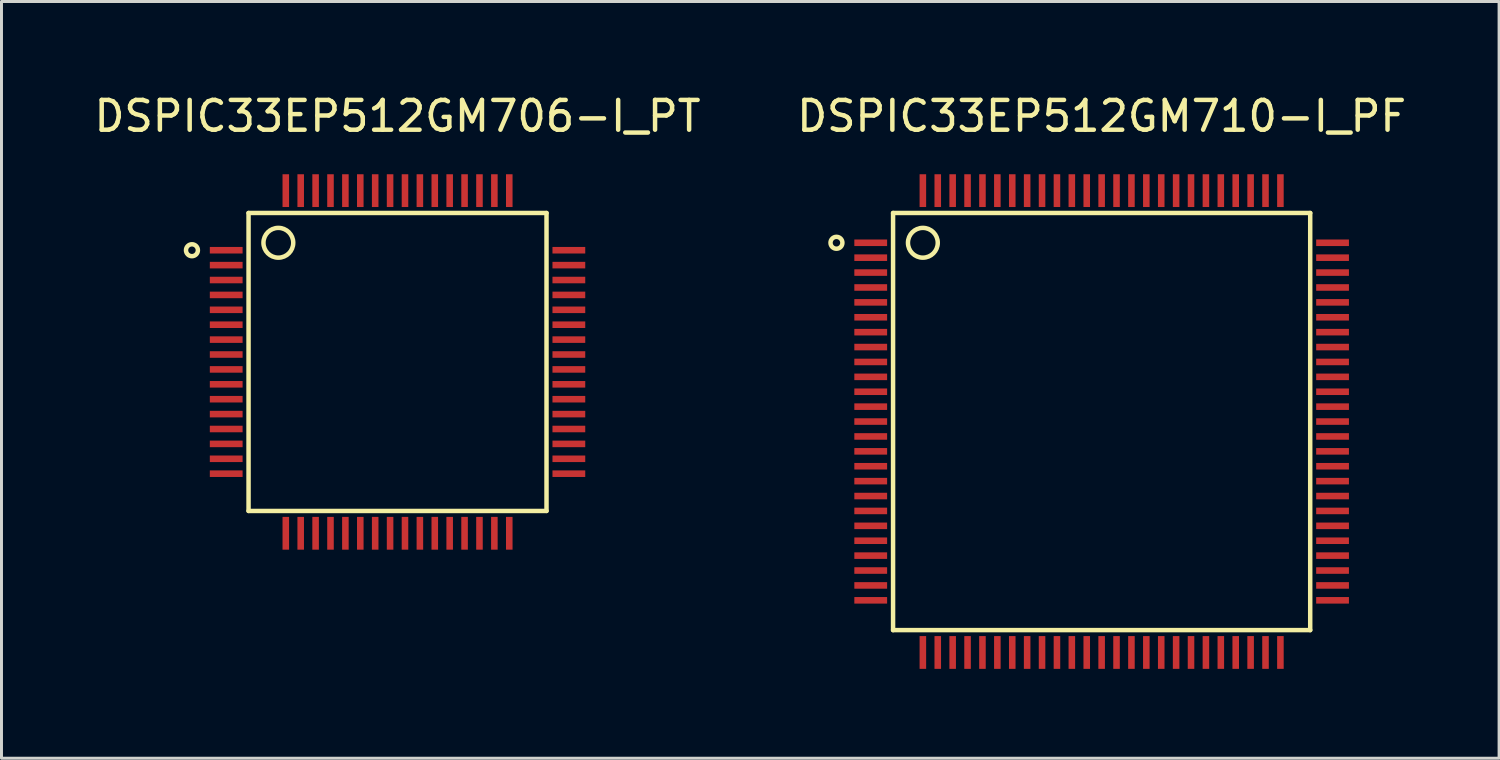
<source format=kicad_pcb>
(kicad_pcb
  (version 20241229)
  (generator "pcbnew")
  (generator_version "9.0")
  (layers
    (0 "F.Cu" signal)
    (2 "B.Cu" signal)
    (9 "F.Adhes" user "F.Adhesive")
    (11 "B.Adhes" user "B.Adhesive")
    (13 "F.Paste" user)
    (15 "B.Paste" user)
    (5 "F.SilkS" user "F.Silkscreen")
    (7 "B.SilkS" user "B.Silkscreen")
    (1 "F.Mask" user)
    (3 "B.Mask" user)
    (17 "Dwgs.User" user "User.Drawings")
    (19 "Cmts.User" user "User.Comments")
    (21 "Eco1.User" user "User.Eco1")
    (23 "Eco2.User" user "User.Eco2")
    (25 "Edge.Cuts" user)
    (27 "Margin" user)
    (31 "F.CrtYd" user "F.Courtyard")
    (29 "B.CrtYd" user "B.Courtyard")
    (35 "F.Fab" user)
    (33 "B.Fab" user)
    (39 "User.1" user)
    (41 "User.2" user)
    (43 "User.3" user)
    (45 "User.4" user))
  (footprint "DSPIC33EP512GM710-I_PF"
    (layer "F.Cu")
    (at 26.173 3.348)
    (property "Reference" "DSPIC33EP512GM710-I_PF" (at 7.75 -2.5 0) (layer "F.SilkS") (effects (font (size 1 1) (thickness 0.15))))
    (attr through_hole)
    (fp_line (start 0.75 0.75) (end 0.75 14.75) (stroke (width 0.15) (type solid)) (layer "F.SilkS"))
    (fp_line (start 0.75 0.75) (end 14.75 0.75) (stroke (width 0.15) (type solid)) (layer "F.SilkS"))
    (fp_line (start 0.75 14.75) (end 14.75 14.75) (stroke (width 0.15) (type solid)) (layer "F.SilkS"))
    (fp_line (start 14.75 14.75) (end 14.75 0.75) (stroke (width 0.15) (type solid)) (layer "F.SilkS"))
    (fp_circle (center -1.15 1.75) (end -1.15 1.55) (stroke (width 0.15) (type solid)) (fill no) (layer "F.SilkS"))
    (fp_circle (center 1.75 1.75) (end 1.75 1.25) (stroke (width 0.15) (type solid)) (fill no) (layer "F.SilkS"))
    (pad "1" smd rect (at 0 1.75) (size 1.1 0.22) (layers "F.Cu" "F.Mask" "F.Paste"))
    (pad "2" smd rect (at 0 2.25) (size 1.1 0.22) (layers "F.Cu" "F.Mask" "F.Paste"))
    (pad "3" smd rect (at 0 2.75) (size 1.1 0.22) (layers "F.Cu" "F.Mask" "F.Paste"))
    (pad "4" smd rect (at 0 3.25) (size 1.1 0.22) (layers "F.Cu" "F.Mask" "F.Paste"))
    (pad "5" smd rect (at 0 3.75) (size 1.1 0.22) (layers "F.Cu" "F.Mask" "F.Paste"))
    (pad "6" smd rect (at 0 4.25) (size 1.1 0.22) (layers "F.Cu" "F.Mask" "F.Paste"))
    (pad "7" smd rect (at 0 4.75) (size 1.1 0.22) (layers "F.Cu" "F.Mask" "F.Paste"))
    (pad "8" smd rect (at 0 5.25) (size 1.1 0.22) (layers "F.Cu" "F.Mask" "F.Paste"))
    (pad "9" smd rect (at 0 5.75) (size 1.1 0.22) (layers "F.Cu" "F.Mask" "F.Paste"))
    (pad "10" smd rect (at 0 6.25) (size 1.1 0.22) (layers "F.Cu" "F.Mask" "F.Paste"))
    (pad "11" smd rect (at 0 6.75) (size 1.1 0.22) (layers "F.Cu" "F.Mask" "F.Paste"))
    (pad "12" smd rect (at 0 7.25) (size 1.1 0.22) (layers "F.Cu" "F.Mask" "F.Paste"))
    (pad "13" smd rect (at 0 7.75) (size 1.1 0.22) (layers "F.Cu" "F.Mask" "F.Paste"))
    (pad "14" smd rect (at 0 8.25) (size 1.1 0.22) (layers "F.Cu" "F.Mask" "F.Paste"))
    (pad "15" smd rect (at 0 8.75) (size 1.1 0.22) (layers "F.Cu" "F.Mask" "F.Paste"))
    (pad "16" smd rect (at 0 9.25) (size 1.1 0.22) (layers "F.Cu" "F.Mask" "F.Paste"))
    (pad "17" smd rect (at 0 9.75) (size 1.1 0.22) (layers "F.Cu" "F.Mask" "F.Paste"))
    (pad "18" smd rect (at 0 10.25) (size 1.1 0.22) (layers "F.Cu" "F.Mask" "F.Paste"))
    (pad "19" smd rect (at 0 10.75) (size 1.1 0.22) (layers "F.Cu" "F.Mask" "F.Paste"))
    (pad "20" smd rect (at 0 11.25) (size 1.1 0.22) (layers "F.Cu" "F.Mask" "F.Paste"))
    (pad "21" smd rect (at 0 11.75) (size 1.1 0.22) (layers "F.Cu" "F.Mask" "F.Paste"))
    (pad "22" smd rect (at 0 12.25) (size 1.1 0.22) (layers "F.Cu" "F.Mask" "F.Paste"))
    (pad "23" smd rect (at 0 12.75) (size 1.1 0.22) (layers "F.Cu" "F.Mask" "F.Paste"))
    (pad "24" smd rect (at 0 13.25) (size 1.1 0.22) (layers "F.Cu" "F.Mask" "F.Paste"))
    (pad "25" smd rect (at 0 13.75) (size 1.1 0.22) (layers "F.Cu" "F.Mask" "F.Paste"))
    (pad "26" smd rect (at 1.75 15.5) (size 0.22 1.1) (layers "F.Cu" "F.Mask" "F.Paste"))
    (pad "27" smd rect (at 2.25 15.5) (size 0.22 1.1) (layers "F.Cu" "F.Mask" "F.Paste"))
    (pad "28" smd rect (at 2.75 15.5) (size 0.22 1.1) (layers "F.Cu" "F.Mask" "F.Paste"))
    (pad "29" smd rect (at 3.25 15.5) (size 0.22 1.1) (layers "F.Cu" "F.Mask" "F.Paste"))
    (pad "30" smd rect (at 3.75 15.5) (size 0.22 1.1) (layers "F.Cu" "F.Mask" "F.Paste"))
    (pad "31" smd rect (at 4.25 15.5) (size 0.22 1.1) (layers "F.Cu" "F.Mask" "F.Paste"))
    (pad "32" smd rect (at 4.75 15.5) (size 0.22 1.1) (layers "F.Cu" "F.Mask" "F.Paste"))
    (pad "33" smd rect (at 5.25 15.5) (size 0.22 1.1) (layers "F.Cu" "F.Mask" "F.Paste"))
    (pad "34" smd rect (at 5.75 15.5) (size 0.22 1.1) (layers "F.Cu" "F.Mask" "F.Paste"))
    (pad "35" smd rect (at 6.25 15.5) (size 0.22 1.1) (layers "F.Cu" "F.Mask" "F.Paste"))
    (pad "36" smd rect (at 6.75 15.5) (size 0.22 1.1) (layers "F.Cu" "F.Mask" "F.Paste"))
    (pad "37" smd rect (at 7.25 15.5) (size 0.22 1.1) (layers "F.Cu" "F.Mask" "F.Paste"))
    (pad "38" smd rect (at 7.75 15.5) (size 0.22 1.1) (layers "F.Cu" "F.Mask" "F.Paste"))
    (pad "39" smd rect (at 8.25 15.5) (size 0.22 1.1) (layers "F.Cu" "F.Mask" "F.Paste"))
    (pad "40" smd rect (at 8.75 15.5) (size 0.22 1.1) (layers "F.Cu" "F.Mask" "F.Paste"))
    (pad "41" smd rect (at 9.25 15.5) (size 0.22 1.1) (layers "F.Cu" "F.Mask" "F.Paste"))
    (pad "42" smd rect (at 9.75 15.5) (size 0.22 1.1) (layers "F.Cu" "F.Mask" "F.Paste"))
    (pad "43" smd rect (at 10.25 15.5) (size 0.22 1.1) (layers "F.Cu" "F.Mask" "F.Paste"))
    (pad "44" smd rect (at 10.75 15.5) (size 0.22 1.1) (layers "F.Cu" "F.Mask" "F.Paste"))
    (pad "45" smd rect (at 11.25 15.5) (size 0.22 1.1) (layers "F.Cu" "F.Mask" "F.Paste"))
    (pad "46" smd rect (at 11.75 15.5) (size 0.22 1.1) (layers "F.Cu" "F.Mask" "F.Paste"))
    (pad "47" smd rect (at 12.25 15.5) (size 0.22 1.1) (layers "F.Cu" "F.Mask" "F.Paste"))
    (pad "48" smd rect (at 12.75 15.5) (size 0.22 1.1) (layers "F.Cu" "F.Mask" "F.Paste"))
    (pad "49" smd rect (at 13.25 15.5) (size 0.22 1.1) (layers "F.Cu" "F.Mask" "F.Paste"))
    (pad "50" smd rect (at 13.75 15.5) (size 0.22 1.1) (layers "F.Cu" "F.Mask" "F.Paste"))
    (pad "51" smd rect (at 15.5 13.75) (size 1.1 0.22) (layers "F.Cu" "F.Mask" "F.Paste"))
    (pad "52" smd rect (at 15.5 13.25) (size 1.1 0.22) (layers "F.Cu" "F.Mask" "F.Paste"))
    (pad "53" smd rect (at 15.5 12.75) (size 1.1 0.22) (layers "F.Cu" "F.Mask" "F.Paste"))
    (pad "54" smd rect (at 15.5 12.25) (size 1.1 0.22) (layers "F.Cu" "F.Mask" "F.Paste"))
    (pad "55" smd rect (at 15.5 11.75) (size 1.1 0.22) (layers "F.Cu" "F.Mask" "F.Paste"))
    (pad "56" smd rect (at 15.5 11.25) (size 1.1 0.22) (layers "F.Cu" "F.Mask" "F.Paste"))
    (pad "57" smd rect (at 15.5 10.75) (size 1.1 0.22) (layers "F.Cu" "F.Mask" "F.Paste"))
    (pad "58" smd rect (at 15.5 10.25) (size 1.1 0.22) (layers "F.Cu" "F.Mask" "F.Paste"))
    (pad "59" smd rect (at 15.5 9.75) (size 1.1 0.22) (layers "F.Cu" "F.Mask" "F.Paste"))
    (pad "60" smd rect (at 15.5 9.25) (size 1.1 0.22) (layers "F.Cu" "F.Mask" "F.Paste"))
    (pad "61" smd rect (at 15.5 8.75) (size 1.1 0.22) (layers "F.Cu" "F.Mask" "F.Paste"))
    (pad "62" smd rect (at 15.5 8.25) (size 1.1 0.22) (layers "F.Cu" "F.Mask" "F.Paste"))
    (pad "63" smd rect (at 15.5 7.75) (size 1.1 0.22) (layers "F.Cu" "F.Mask" "F.Paste"))
    (pad "64" smd rect (at 15.5 7.25) (size 1.1 0.22) (layers "F.Cu" "F.Mask" "F.Paste"))
    (pad "65" smd rect (at 15.5 6.75) (size 1.1 0.22) (layers "F.Cu" "F.Mask" "F.Paste"))
    (pad "66" smd rect (at 15.5 6.25) (size 1.1 0.22) (layers "F.Cu" "F.Mask" "F.Paste"))
    (pad "67" smd rect (at 15.5 5.75) (size 1.1 0.22) (layers "F.Cu" "F.Mask" "F.Paste"))
    (pad "68" smd rect (at 15.5 5.25) (size 1.1 0.22) (layers "F.Cu" "F.Mask" "F.Paste"))
    (pad "69" smd rect (at 15.5 4.75) (size 1.1 0.22) (layers "F.Cu" "F.Mask" "F.Paste"))
    (pad "70" smd rect (at 15.5 4.25) (size 1.1 0.22) (layers "F.Cu" "F.Mask" "F.Paste"))
    (pad "71" smd rect (at 15.5 3.75) (size 1.1 0.22) (layers "F.Cu" "F.Mask" "F.Paste"))
    (pad "72" smd rect (at 15.5 3.25) (size 1.1 0.22) (layers "F.Cu" "F.Mask" "F.Paste"))
    (pad "73" smd rect (at 15.5 2.75) (size 1.1 0.22) (layers "F.Cu" "F.Mask" "F.Paste"))
    (pad "74" smd rect (at 15.5 2.25) (size 1.1 0.22) (layers "F.Cu" "F.Mask" "F.Paste"))
    (pad "75" smd rect (at 15.5 1.75) (size 1.1 0.22) (layers "F.Cu" "F.Mask" "F.Paste"))
    (pad "76" smd rect (at 13.75 0) (size 0.22 1.1) (layers "F.Cu" "F.Mask" "F.Paste"))
    (pad "77" smd rect (at 13.25 0) (size 0.22 1.1) (layers "F.Cu" "F.Mask" "F.Paste"))
    (pad "78" smd rect (at 12.75 0) (size 0.22 1.1) (layers "F.Cu" "F.Mask" "F.Paste"))
    (pad "79" smd rect (at 12.25 0) (size 0.22 1.1) (layers "F.Cu" "F.Mask" "F.Paste"))
    (pad "80" smd rect (at 11.75 0) (size 0.22 1.1) (layers "F.Cu" "F.Mask" "F.Paste"))
    (pad "81" smd rect (at 11.25 0) (size 0.22 1.1) (layers "F.Cu" "F.Mask" "F.Paste"))
    (pad "82" smd rect (at 10.75 0) (size 0.22 1.1) (layers "F.Cu" "F.Mask" "F.Paste"))
    (pad "83" smd rect (at 10.25 0) (size 0.22 1.1) (layers "F.Cu" "F.Mask" "F.Paste"))
    (pad "84" smd rect (at 9.75 0) (size 0.22 1.1) (layers "F.Cu" "F.Mask" "F.Paste"))
    (pad "85" smd rect (at 9.25 0) (size 0.22 1.1) (layers "F.Cu" "F.Mask" "F.Paste"))
    (pad "86" smd rect (at 8.75 0) (size 0.22 1.1) (layers "F.Cu" "F.Mask" "F.Paste"))
    (pad "87" smd rect (at 8.25 0) (size 0.22 1.1) (layers "F.Cu" "F.Mask" "F.Paste"))
    (pad "88" smd rect (at 7.75 0) (size 0.22 1.1) (layers "F.Cu" "F.Mask" "F.Paste"))
    (pad "89" smd rect (at 7.25 0) (size 0.22 1.1) (layers "F.Cu" "F.Mask" "F.Paste"))
    (pad "90" smd rect (at 6.75 0) (size 0.22 1.1) (layers "F.Cu" "F.Mask" "F.Paste"))
    (pad "91" smd rect (at 6.25 0) (size 0.22 1.1) (layers "F.Cu" "F.Mask" "F.Paste"))
    (pad "92" smd rect (at 5.75 0) (size 0.22 1.1) (layers "F.Cu" "F.Mask" "F.Paste"))
    (pad "93" smd rect (at 5.25 0) (size 0.22 1.1) (layers "F.Cu" "F.Mask" "F.Paste"))
    (pad "94" smd rect (at 4.75 0) (size 0.22 1.1) (layers "F.Cu" "F.Mask" "F.Paste"))
    (pad "95" smd rect (at 4.25 0) (size 0.22 1.1) (layers "F.Cu" "F.Mask" "F.Paste"))
    (pad "96" smd rect (at 3.75 0) (size 0.22 1.1) (layers "F.Cu" "F.Mask" "F.Paste"))
    (pad "97" smd rect (at 3.25 0) (size 0.22 1.1) (layers "F.Cu" "F.Mask" "F.Paste"))
    (pad "98" smd rect (at 2.75 0) (size 0.22 1.1) (layers "F.Cu" "F.Mask" "F.Paste"))
    (pad "99" smd rect (at 2.25 0) (size 0.22 1.1) (layers "F.Cu" "F.Mask" "F.Paste"))
    (pad "100" smd rect (at 1.75 0) (size 0.22 1.1) (layers "F.Cu" "F.Mask" "F.Paste")))
  (footprint "DSPIC33EP512GM706-I_PT"
    (layer "F.Cu")
    (at 4.542 3.348)
    (property "Reference" "DSPIC33EP512GM706-I_PT" (at 5.75 -2.5 0) (layer "F.SilkS") (effects (font (size 1 1) (thickness 0.15))))
    (attr through_hole)
    (fp_line (start 0.75 0.75) (end 0.75 10.75) (stroke (width 0.15) (type solid)) (layer "F.SilkS"))
    (fp_line (start 0.75 0.75) (end 10.75 0.75) (stroke (width 0.15) (type solid)) (layer "F.SilkS"))
    (fp_line (start 0.75 10.75) (end 10.75 10.75) (stroke (width 0.15) (type solid)) (layer "F.SilkS"))
    (fp_line (start 10.75 10.75) (end 10.75 0.75) (stroke (width 0.15) (type solid)) (layer "F.SilkS"))
    (fp_circle (center -1.15 2) (end -1.15 1.8) (stroke (width 0.15) (type solid)) (fill no) (layer "F.SilkS"))
    (fp_circle (center 1.75 1.75) (end 1.75 1.25) (stroke (width 0.15) (type solid)) (fill no) (layer "F.SilkS"))
    (pad "1" smd rect (at 0 2) (size 1.1 0.22) (layers "F.Cu" "F.Mask" "F.Paste"))
    (pad "2" smd rect (at 0 2.5) (size 1.1 0.22) (layers "F.Cu" "F.Mask" "F.Paste"))
    (pad "3" smd rect (at 0 3) (size 1.1 0.22) (layers "F.Cu" "F.Mask" "F.Paste"))
    (pad "4" smd rect (at 0 3.5) (size 1.1 0.22) (layers "F.Cu" "F.Mask" "F.Paste"))
    (pad "5" smd rect (at 0 4) (size 1.1 0.22) (layers "F.Cu" "F.Mask" "F.Paste"))
    (pad "6" smd rect (at 0 4.5) (size 1.1 0.22) (layers "F.Cu" "F.Mask" "F.Paste"))
    (pad "7" smd rect (at 0 5) (size 1.1 0.22) (layers "F.Cu" "F.Mask" "F.Paste"))
    (pad "8" smd rect (at 0 5.5) (size 1.1 0.22) (layers "F.Cu" "F.Mask" "F.Paste"))
    (pad "9" smd rect (at 0 6) (size 1.1 0.22) (layers "F.Cu" "F.Mask" "F.Paste"))
    (pad "10" smd rect (at 0 6.5) (size 1.1 0.22) (layers "F.Cu" "F.Mask" "F.Paste"))
    (pad "11" smd rect (at 0 7) (size 1.1 0.22) (layers "F.Cu" "F.Mask" "F.Paste"))
    (pad "12" smd rect (at 0 7.5) (size 1.1 0.22) (layers "F.Cu" "F.Mask" "F.Paste"))
    (pad "13" smd rect (at 0 8) (size 1.1 0.22) (layers "F.Cu" "F.Mask" "F.Paste"))
    (pad "14" smd rect (at 0 8.5) (size 1.1 0.22) (layers "F.Cu" "F.Mask" "F.Paste"))
    (pad "15" smd rect (at 0 9) (size 1.1 0.22) (layers "F.Cu" "F.Mask" "F.Paste"))
    (pad "16" smd rect (at 0 9.5) (size 1.1 0.22) (layers "F.Cu" "F.Mask" "F.Paste"))
    (pad "17" smd rect (at 2 11.5) (size 0.22 1.1) (layers "F.Cu" "F.Mask" "F.Paste"))
    (pad "18" smd rect (at 2.5 11.5) (size 0.22 1.1) (layers "F.Cu" "F.Mask" "F.Paste"))
    (pad "19" smd rect (at 3 11.5) (size 0.22 1.1) (layers "F.Cu" "F.Mask" "F.Paste"))
    (pad "20" smd rect (at 3.5 11.5) (size 0.22 1.1) (layers "F.Cu" "F.Mask" "F.Paste"))
    (pad "21" smd rect (at 4 11.5) (size 0.22 1.1) (layers "F.Cu" "F.Mask" "F.Paste"))
    (pad "22" smd rect (at 4.5 11.5) (size 0.22 1.1) (layers "F.Cu" "F.Mask" "F.Paste"))
    (pad "23" smd rect (at 5 11.5) (size 0.22 1.1) (layers "F.Cu" "F.Mask" "F.Paste"))
    (pad "24" smd rect (at 5.5 11.5) (size 0.22 1.1) (layers "F.Cu" "F.Mask" "F.Paste"))
    (pad "25" smd rect (at 6 11.5) (size 0.22 1.1) (layers "F.Cu" "F.Mask" "F.Paste"))
    (pad "26" smd rect (at 6.5 11.5) (size 0.22 1.1) (layers "F.Cu" "F.Mask" "F.Paste"))
    (pad "27" smd rect (at 7 11.5) (size 0.22 1.1) (layers "F.Cu" "F.Mask" "F.Paste"))
    (pad "28" smd rect (at 7.5 11.5) (size 0.22 1.1) (layers "F.Cu" "F.Mask" "F.Paste"))
    (pad "29" smd rect (at 8 11.5) (size 0.22 1.1) (layers "F.Cu" "F.Mask" "F.Paste"))
    (pad "30" smd rect (at 8.5 11.5) (size 0.22 1.1) (layers "F.Cu" "F.Mask" "F.Paste"))
    (pad "31" smd rect (at 9 11.5) (size 0.22 1.1) (layers "F.Cu" "F.Mask" "F.Paste"))
    (pad "32" smd rect (at 9.5 11.5) (size 0.22 1.1) (layers "F.Cu" "F.Mask" "F.Paste"))
    (pad "33" smd rect (at 11.5 9.5) (size 1.1 0.22) (layers "F.Cu" "F.Mask" "F.Paste"))
    (pad "34" smd rect (at 11.5 9) (size 1.1 0.22) (layers "F.Cu" "F.Mask" "F.Paste"))
    (pad "35" smd rect (at 11.5 8.5) (size 1.1 0.22) (layers "F.Cu" "F.Mask" "F.Paste"))
    (pad "36" smd rect (at 11.5 8) (size 1.1 0.22) (layers "F.Cu" "F.Mask" "F.Paste"))
    (pad "37" smd rect (at 11.5 7.5) (size 1.1 0.22) (layers "F.Cu" "F.Mask" "F.Paste"))
    (pad "38" smd rect (at 11.5 7) (size 1.1 0.22) (layers "F.Cu" "F.Mask" "F.Paste"))
    (pad "39" smd rect (at 11.5 6.5) (size 1.1 0.22) (layers "F.Cu" "F.Mask" "F.Paste"))
    (pad "40" smd rect (at 11.5 6) (size 1.1 0.22) (layers "F.Cu" "F.Mask" "F.Paste"))
    (pad "41" smd rect (at 11.5 5.5) (size 1.1 0.22) (layers "F.Cu" "F.Mask" "F.Paste"))
    (pad "42" smd rect (at 11.5 5) (size 1.1 0.22) (layers "F.Cu" "F.Mask" "F.Paste"))
    (pad "43" smd rect (at 11.5 4.5) (size 1.1 0.22) (layers "F.Cu" "F.Mask" "F.Paste"))
    (pad "44" smd rect (at 11.5 4) (size 1.1 0.22) (layers "F.Cu" "F.Mask" "F.Paste"))
    (pad "45" smd rect (at 11.5 3.5) (size 1.1 0.22) (layers "F.Cu" "F.Mask" "F.Paste"))
    (pad "46" smd rect (at 11.5 3) (size 1.1 0.22) (layers "F.Cu" "F.Mask" "F.Paste"))
    (pad "47" smd rect (at 11.5 2.5) (size 1.1 0.22) (layers "F.Cu" "F.Mask" "F.Paste"))
    (pad "48" smd rect (at 11.5 2) (size 1.1 0.22) (layers "F.Cu" "F.Mask" "F.Paste"))
    (pad "49" smd rect (at 9.5 0) (size 0.22 1.1) (layers "F.Cu" "F.Mask" "F.Paste"))
    (pad "50" smd rect (at 9 0) (size 0.22 1.1) (layers "F.Cu" "F.Mask" "F.Paste"))
    (pad "51" smd rect (at 8.5 0) (size 0.22 1.1) (layers "F.Cu" "F.Mask" "F.Paste"))
    (pad "52" smd rect (at 8 0) (size 0.22 1.1) (layers "F.Cu" "F.Mask" "F.Paste"))
    (pad "53" smd rect (at 7.5 0) (size 0.22 1.1) (layers "F.Cu" "F.Mask" "F.Paste"))
    (pad "54" smd rect (at 7 0) (size 0.22 1.1) (layers "F.Cu" "F.Mask" "F.Paste"))
    (pad "55" smd rect (at 6.5 0) (size 0.22 1.1) (layers "F.Cu" "F.Mask" "F.Paste"))
    (pad "56" smd rect (at 6 0) (size 0.22 1.1) (layers "F.Cu" "F.Mask" "F.Paste"))
    (pad "57" smd rect (at 5.5 0) (size 0.22 1.1) (layers "F.Cu" "F.Mask" "F.Paste"))
    (pad "58" smd rect (at 5 0) (size 0.22 1.1) (layers "F.Cu" "F.Mask" "F.Paste"))
    (pad "59" smd rect (at 4.5 0) (size 0.22 1.1) (layers "F.Cu" "F.Mask" "F.Paste"))
    (pad "60" smd rect (at 4 0) (size 0.22 1.1) (layers "F.Cu" "F.Mask" "F.Paste"))
    (pad "61" smd rect (at 3.5 0) (size 0.22 1.1) (layers "F.Cu" "F.Mask" "F.Paste"))
    (pad "62" smd rect (at 3 0) (size 0.22 1.1) (layers "F.Cu" "F.Mask" "F.Paste"))
    (pad "63" smd rect (at 2.5 0) (size 0.22 1.1) (layers "F.Cu" "F.Mask" "F.Paste"))
    (pad "64" smd rect (at 2 0) (size 0.22 1.1) (layers "F.Cu" "F.Mask" "F.Paste")))
  (gr_rect
    (start -3 -3)
    (end 47.262 22.398)
    (stroke (width 0.1) (type default))
    (fill no)
    (layer "Edge.Cuts")))
</source>
